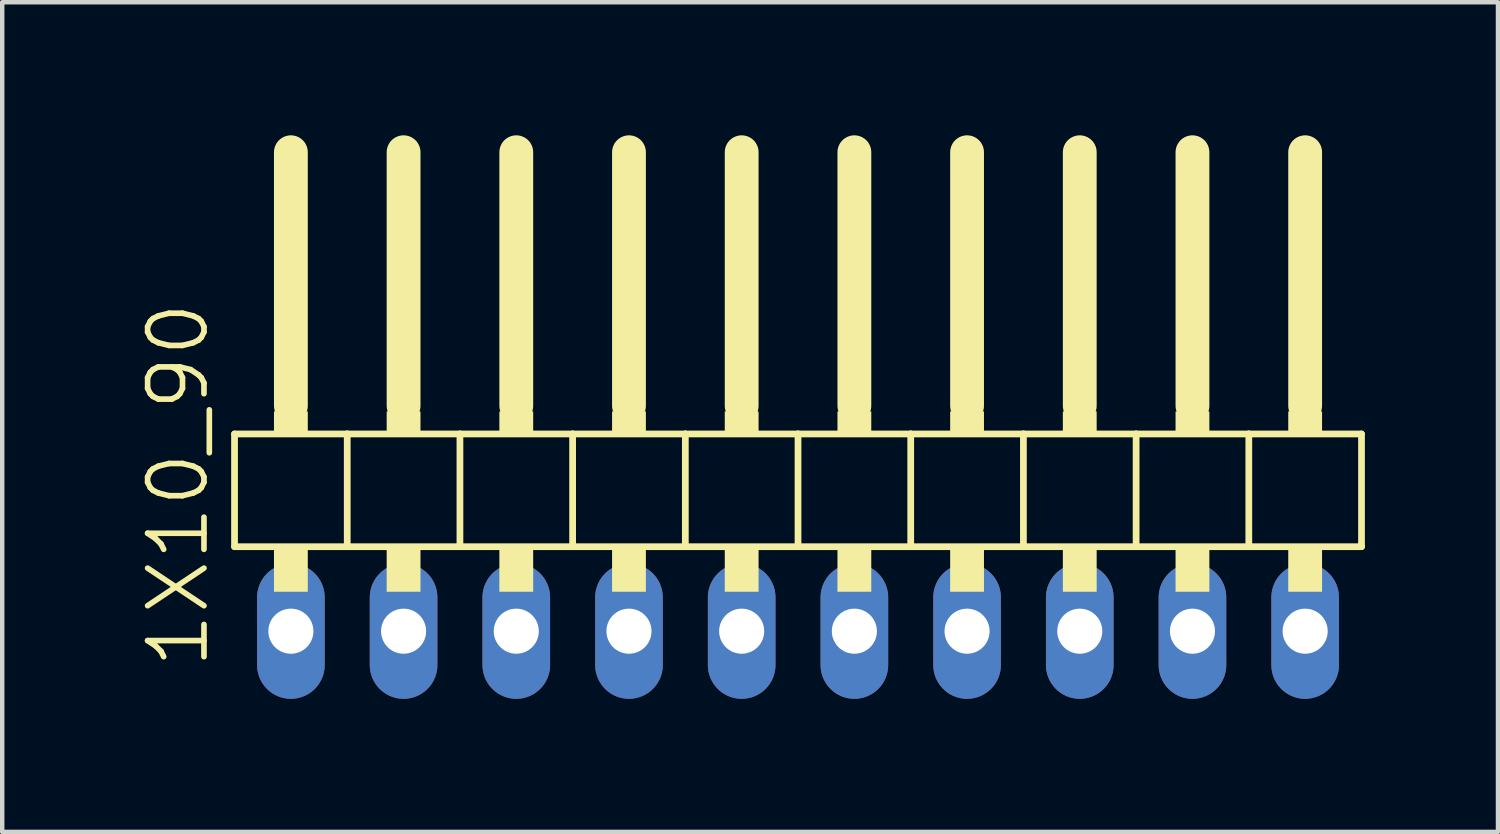
<source format=kicad_pcb>
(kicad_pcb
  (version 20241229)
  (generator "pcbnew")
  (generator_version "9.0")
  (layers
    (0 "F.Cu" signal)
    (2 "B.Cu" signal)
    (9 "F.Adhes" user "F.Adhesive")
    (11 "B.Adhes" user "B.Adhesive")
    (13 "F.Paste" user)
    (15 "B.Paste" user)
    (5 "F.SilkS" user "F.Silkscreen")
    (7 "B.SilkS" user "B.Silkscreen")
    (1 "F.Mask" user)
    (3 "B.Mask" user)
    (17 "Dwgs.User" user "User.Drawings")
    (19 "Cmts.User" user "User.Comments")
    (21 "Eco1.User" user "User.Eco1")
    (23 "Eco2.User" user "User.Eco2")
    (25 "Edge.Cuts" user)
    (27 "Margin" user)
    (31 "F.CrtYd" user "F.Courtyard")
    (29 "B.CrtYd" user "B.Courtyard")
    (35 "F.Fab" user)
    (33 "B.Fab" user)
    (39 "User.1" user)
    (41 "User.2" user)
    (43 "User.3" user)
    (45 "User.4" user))
  (footprint "1X10_90"
    (layer "F.Cu")
    (at 14.936 7.366)
    (property "Reference" "1X10_90" (at -13.97 0.514 90) (layer "F.SilkS") (effects (font (size 1.27 1.27) (thickness 0.127))))
    (attr through_hole)
    (fp_line (start -12.7 -0.635) (end -12.7 1.905) (stroke (width 0.152) (type solid)) (layer "F.SilkS"))
    (fp_line (start -12.7 1.905) (end -10.16 1.905) (stroke (width 0.152) (type solid)) (layer "F.SilkS"))
    (fp_line (start -11.43 -6.985) (end -11.43 -1.27) (stroke (width 0.762) (type solid)) (layer "F.SilkS"))
    (fp_line (start -10.16 -0.635) (end -12.7 -0.635) (stroke (width 0.152) (type solid)) (layer "F.SilkS"))
    (fp_line (start -10.16 1.905) (end -10.16 -0.635) (stroke (width 0.152) (type solid)) (layer "F.SilkS"))
    (fp_line (start -10.16 1.905) (end -7.62 1.905) (stroke (width 0.152) (type solid)) (layer "F.SilkS"))
    (fp_line (start -8.89 -6.985) (end -8.89 -1.27) (stroke (width 0.762) (type solid)) (layer "F.SilkS"))
    (fp_line (start -7.62 -0.635) (end -10.16 -0.635) (stroke (width 0.152) (type solid)) (layer "F.SilkS"))
    (fp_line (start -7.62 1.905) (end -7.62 -0.635) (stroke (width 0.152) (type solid)) (layer "F.SilkS"))
    (fp_line (start -7.62 1.905) (end -5.08 1.905) (stroke (width 0.152) (type solid)) (layer "F.SilkS"))
    (fp_line (start -6.35 -6.985) (end -6.35 -1.27) (stroke (width 0.762) (type solid)) (layer "F.SilkS"))
    (fp_line (start -5.08 -0.635) (end -7.62 -0.635) (stroke (width 0.152) (type solid)) (layer "F.SilkS"))
    (fp_line (start -5.08 1.905) (end -5.08 -0.635) (stroke (width 0.152) (type solid)) (layer "F.SilkS"))
    (fp_line (start -5.08 1.905) (end -2.54 1.905) (stroke (width 0.152) (type solid)) (layer "F.SilkS"))
    (fp_line (start -3.81 -6.985) (end -3.81 -1.27) (stroke (width 0.762) (type solid)) (layer "F.SilkS"))
    (fp_line (start -2.54 -0.635) (end -5.08 -0.635) (stroke (width 0.152) (type solid)) (layer "F.SilkS"))
    (fp_line (start -2.54 1.905) (end -2.54 -0.635) (stroke (width 0.152) (type solid)) (layer "F.SilkS"))
    (fp_line (start -2.54 1.905) (end 0 1.905) (stroke (width 0.152) (type solid)) (layer "F.SilkS"))
    (fp_line (start -1.27 -6.985) (end -1.27 -1.27) (stroke (width 0.762) (type solid)) (layer "F.SilkS"))
    (fp_line (start 0 -0.635) (end -2.54 -0.635) (stroke (width 0.152) (type solid)) (layer "F.SilkS"))
    (fp_line (start 0 1.905) (end 0 -0.635) (stroke (width 0.152) (type solid)) (layer "F.SilkS"))
    (fp_line (start 0 1.905) (end 2.54 1.905) (stroke (width 0.152) (type solid)) (layer "F.SilkS"))
    (fp_line (start 1.27 -6.985) (end 1.27 -1.27) (stroke (width 0.762) (type solid)) (layer "F.SilkS"))
    (fp_line (start 2.54 -0.635) (end 0 -0.635) (stroke (width 0.152) (type solid)) (layer "F.SilkS"))
    (fp_line (start 2.54 1.905) (end 2.54 -0.635) (stroke (width 0.152) (type solid)) (layer "F.SilkS"))
    (fp_line (start 2.54 1.905) (end 5.08 1.905) (stroke (width 0.152) (type solid)) (layer "F.SilkS"))
    (fp_line (start 3.81 -6.985) (end 3.81 -1.27) (stroke (width 0.762) (type solid)) (layer "F.SilkS"))
    (fp_line (start 5.08 -0.635) (end 2.54 -0.635) (stroke (width 0.152) (type solid)) (layer "F.SilkS"))
    (fp_line (start 5.08 1.905) (end 5.08 -0.635) (stroke (width 0.152) (type solid)) (layer "F.SilkS"))
    (fp_line (start 5.08 1.905) (end 7.62 1.905) (stroke (width 0.152) (type solid)) (layer "F.SilkS"))
    (fp_line (start 6.35 -6.985) (end 6.35 -1.27) (stroke (width 0.762) (type solid)) (layer "F.SilkS"))
    (fp_line (start 7.62 -0.635) (end 5.08 -0.635) (stroke (width 0.152) (type solid)) (layer "F.SilkS"))
    (fp_line (start 7.62 1.905) (end 7.62 -0.635) (stroke (width 0.152) (type solid)) (layer "F.SilkS"))
    (fp_line (start 7.62 1.905) (end 10.16 1.905) (stroke (width 0.152) (type solid)) (layer "F.SilkS"))
    (fp_line (start 8.89 -6.985) (end 8.89 -1.27) (stroke (width 0.762) (type solid)) (layer "F.SilkS"))
    (fp_line (start 10.16 -0.635) (end 7.62 -0.635) (stroke (width 0.152) (type solid)) (layer "F.SilkS"))
    (fp_line (start 10.16 1.905) (end 10.16 -0.635) (stroke (width 0.152) (type solid)) (layer "F.SilkS"))
    (fp_line (start 10.16 1.905) (end 12.7 1.905) (stroke (width 0.152) (type solid)) (layer "F.SilkS"))
    (fp_line (start 11.43 -6.985) (end 11.43 -1.27) (stroke (width 0.762) (type solid)) (layer "F.SilkS"))
    (fp_line (start 12.7 -0.635) (end 10.16 -0.635) (stroke (width 0.152) (type solid)) (layer "F.SilkS"))
    (fp_line (start 12.7 1.905) (end 12.7 -0.635) (stroke (width 0.152) (type solid)) (layer "F.SilkS"))
    (fp_poly (pts (xy -11.811 -1.143) (xy -11.049 -1.143) (xy -11.049 -0.635) (xy -11.811 -0.635)) (stroke (width 0) (type solid)) (fill yes) (layer "F.SilkS"))
    (fp_poly (pts (xy -11.811 1.905) (xy -11.049 1.905) (xy -11.049 2.921) (xy -11.811 2.921)) (stroke (width 0) (type solid)) (fill yes) (layer "F.SilkS"))
    (fp_poly (pts (xy -9.271 -1.143) (xy -8.509 -1.143) (xy -8.509 -0.635) (xy -9.271 -0.635)) (stroke (width 0) (type solid)) (fill yes) (layer "F.SilkS"))
    (fp_poly (pts (xy -9.271 1.905) (xy -8.509 1.905) (xy -8.509 2.921) (xy -9.271 2.921)) (stroke (width 0) (type solid)) (fill yes) (layer "F.SilkS"))
    (fp_poly (pts (xy -6.731 -1.143) (xy -5.969 -1.143) (xy -5.969 -0.635) (xy -6.731 -0.635)) (stroke (width 0) (type solid)) (fill yes) (layer "F.SilkS"))
    (fp_poly (pts (xy -6.731 1.905) (xy -5.969 1.905) (xy -5.969 2.921) (xy -6.731 2.921)) (stroke (width 0) (type solid)) (fill yes) (layer "F.SilkS"))
    (fp_poly (pts (xy -4.191 -1.143) (xy -3.429 -1.143) (xy -3.429 -0.635) (xy -4.191 -0.635)) (stroke (width 0) (type solid)) (fill yes) (layer "F.SilkS"))
    (fp_poly (pts (xy -4.191 1.905) (xy -3.429 1.905) (xy -3.429 2.921) (xy -4.191 2.921)) (stroke (width 0) (type solid)) (fill yes) (layer "F.SilkS"))
    (fp_poly (pts (xy -1.651 -1.143) (xy -0.889 -1.143) (xy -0.889 -0.635) (xy -1.651 -0.635)) (stroke (width 0) (type solid)) (fill yes) (layer "F.SilkS"))
    (fp_poly (pts (xy -1.651 1.905) (xy -0.889 1.905) (xy -0.889 2.921) (xy -1.651 2.921)) (stroke (width 0) (type solid)) (fill yes) (layer "F.SilkS"))
    (fp_poly (pts (xy 0.889 -1.143) (xy 1.651 -1.143) (xy 1.651 -0.635) (xy 0.889 -0.635)) (stroke (width 0) (type solid)) (fill yes) (layer "F.SilkS"))
    (fp_poly (pts (xy 0.889 1.905) (xy 1.651 1.905) (xy 1.651 2.921) (xy 0.889 2.921)) (stroke (width 0) (type solid)) (fill yes) (layer "F.SilkS"))
    (fp_poly (pts (xy 3.429 -1.143) (xy 4.191 -1.143) (xy 4.191 -0.635) (xy 3.429 -0.635)) (stroke (width 0) (type solid)) (fill yes) (layer "F.SilkS"))
    (fp_poly (pts (xy 3.429 1.905) (xy 4.191 1.905) (xy 4.191 2.921) (xy 3.429 2.921)) (stroke (width 0) (type solid)) (fill yes) (layer "F.SilkS"))
    (fp_poly (pts (xy 5.969 -1.143) (xy 6.731 -1.143) (xy 6.731 -0.635) (xy 5.969 -0.635)) (stroke (width 0) (type solid)) (fill yes) (layer "F.SilkS"))
    (fp_poly (pts (xy 5.969 1.905) (xy 6.731 1.905) (xy 6.731 2.921) (xy 5.969 2.921)) (stroke (width 0) (type solid)) (fill yes) (layer "F.SilkS"))
    (fp_poly (pts (xy 8.509 -1.143) (xy 9.271 -1.143) (xy 9.271 -0.635) (xy 8.509 -0.635)) (stroke (width 0) (type solid)) (fill yes) (layer "F.SilkS"))
    (fp_poly (pts (xy 8.509 1.905) (xy 9.271 1.905) (xy 9.271 2.921) (xy 8.509 2.921)) (stroke (width 0) (type solid)) (fill yes) (layer "F.SilkS"))
    (fp_poly (pts (xy 11.049 -1.143) (xy 11.811 -1.143) (xy 11.811 -0.635) (xy 11.049 -0.635)) (stroke (width 0) (type solid)) (fill yes) (layer "F.SilkS"))
    (fp_poly (pts (xy 11.049 1.905) (xy 11.811 1.905) (xy 11.811 2.921) (xy 11.049 2.921)) (stroke (width 0) (type solid)) (fill yes) (layer "F.SilkS"))
    (pad "1" thru_hole oval (at -11.43 3.81) (size 1.524 3.048) (drill 1.016) (layers "*.Cu" "*.Mask"))
    (pad "2" thru_hole oval (at -8.89 3.81) (size 1.524 3.048) (drill 1.016) (layers "*.Cu" "*.Mask"))
    (pad "3" thru_hole oval (at -6.35 3.81) (size 1.524 3.048) (drill 1.016) (layers "*.Cu" "*.Mask"))
    (pad "4" thru_hole oval (at -3.81 3.81) (size 1.524 3.048) (drill 1.016) (layers "*.Cu" "*.Mask"))
    (pad "5" thru_hole oval (at -1.27 3.81) (size 1.524 3.048) (drill 1.016) (layers "*.Cu" "*.Mask"))
    (pad "6" thru_hole oval (at 1.27 3.81) (size 1.524 3.048) (drill 1.016) (layers "*.Cu" "*.Mask"))
    (pad "7" thru_hole oval (at 3.81 3.81) (size 1.524 3.048) (drill 1.016) (layers "*.Cu" "*.Mask"))
    (pad "8" thru_hole oval (at 6.35 3.81) (size 1.524 3.048) (drill 1.016) (layers "*.Cu" "*.Mask"))
    (pad "9" thru_hole oval (at 8.89 3.81) (size 1.524 3.048) (drill 1.016) (layers "*.Cu" "*.Mask"))
    (pad "10" thru_hole oval (at 11.43 3.81) (size 1.524 3.048) (drill 1.016) (layers "*.Cu" "*.Mask")))
  (gr_rect
    (start -3 -3)
    (end 30.712 15.7)
    (stroke (width 0.1) (type default))
    (fill no)
    (layer "Edge.Cuts")))
</source>
